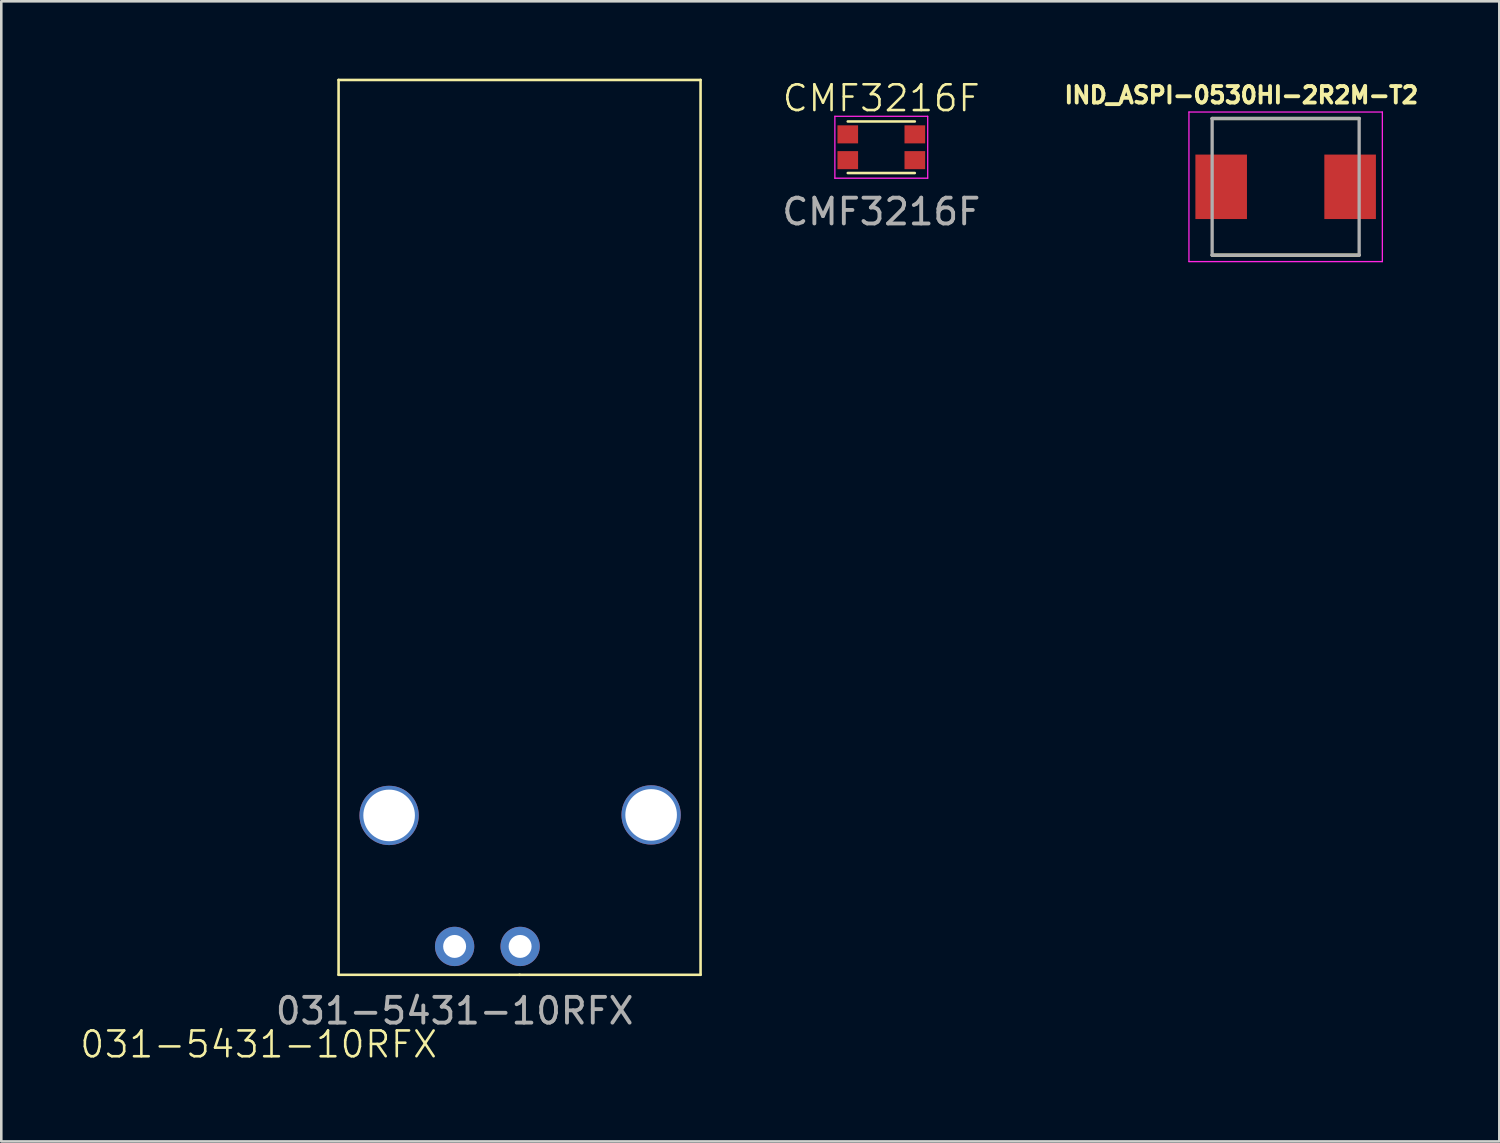
<source format=kicad_pcb>
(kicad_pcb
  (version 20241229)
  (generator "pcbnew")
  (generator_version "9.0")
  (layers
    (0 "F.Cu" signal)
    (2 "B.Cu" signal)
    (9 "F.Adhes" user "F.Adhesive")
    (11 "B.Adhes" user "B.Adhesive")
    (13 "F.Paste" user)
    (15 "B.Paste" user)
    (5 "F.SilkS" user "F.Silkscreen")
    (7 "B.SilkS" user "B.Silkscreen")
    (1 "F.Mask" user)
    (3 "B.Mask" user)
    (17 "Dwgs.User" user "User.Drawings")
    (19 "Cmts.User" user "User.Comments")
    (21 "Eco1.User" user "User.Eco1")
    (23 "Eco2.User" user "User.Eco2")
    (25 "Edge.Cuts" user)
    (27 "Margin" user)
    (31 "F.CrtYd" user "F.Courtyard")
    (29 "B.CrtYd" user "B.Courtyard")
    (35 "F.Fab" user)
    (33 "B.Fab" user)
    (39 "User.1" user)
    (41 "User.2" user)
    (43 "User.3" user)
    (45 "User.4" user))
  (footprint "031-5431-10RFX"
    (layer "F.Cu")
    (at 14.579 33.65)
    (property "Reference" "031-5431-10RFX" (at -7.6 3.8 0) (unlocked yes) (layer "F.SilkS") (effects (font (size 1 1) (thickness 0.1))))
    (attr through_hole)
    (fp_line (start -4.5 -33.6) (end 9.537 -33.6) (stroke (width 0.1) (type default)) (layer "F.SilkS"))
    (fp_line (start -4.5 1.1) (end -4.5 -33.6) (stroke (width 0.1) (type default)) (layer "F.SilkS"))
    (fp_line (start -4.5 1.1) (end 2.525 1.1) (stroke (width 0.1) (type default)) (layer "F.SilkS"))
    (fp_line (start 2.513 1.1) (end 9.537 1.1) (stroke (width 0.1) (type default)) (layer "F.SilkS"))
    (fp_line (start 9.537 1.1) (end 9.537 -33.6) (stroke (width 0.1) (type default)) (layer "F.SilkS"))
    (fp_text user "${REFERENCE}" (at 0 2.5 0) (unlocked yes) (layer "F.Fab") (effects (font (size 1 1) (thickness 0.15))))
    (pad "" thru_hole circle (at -2.54 -5.08) (size 2.3 2.3) (drill 2) (layers "*.Cu" "*.Mask"))
    (pad "" thru_hole circle (at 7.62 -5.1) (size 2.3 2.3) (drill 2) (layers "*.Cu" "*.Mask"))
    (pad "1" thru_hole circle (at 0 0) (size 1.524 1.524) (drill 0.89) (layers "*.Cu" "*.Mask"))
    (pad "2" thru_hole circle (at 2.54 0) (size 1.524 1.524) (drill 0.89) (layers "*.Cu" "*.Mask")))
  (footprint "CMF3216F"
    (layer "F.Cu")
    (at 31.124 2.66)
    (property "Reference" "CMF3216F" (at 0 -1.9 0) (unlocked yes) (layer "F.SilkS") (effects (font (size 1 1) (thickness 0.1))))
    (attr smd)
    (fp_line (start -1.3 -1) (end 1.3 -1) (stroke (width 0.1) (type default)) (layer "F.SilkS"))
    (fp_line (start -1.3 1) (end 1.3 1) (stroke (width 0.1) (type default)) (layer "F.SilkS"))
    (fp_line (start -1.8 -1.2) (end -1.8 1.2) (stroke (width 0.05) (type default)) (layer "F.CrtYd"))
    (fp_line (start -1.8 -1.2) (end 1.8 -1.2) (stroke (width 0.05) (type default)) (layer "F.CrtYd"))
    (fp_line (start -1.8 1.2) (end 1.8 1.2) (stroke (width 0.05) (type default)) (layer "F.CrtYd"))
    (fp_line (start 1.8 1.2) (end 1.8 -1.2) (stroke (width 0.05) (type default)) (layer "F.CrtYd"))
    (fp_text user "${REFERENCE}" (at 0 2.5 0) (unlocked yes) (layer "F.Fab") (effects (font (size 1 1) (thickness 0.15))))
    (pad "1" smd rect (at -1.3 -0.5) (size 0.8 0.7) (layers "F.Cu" "F.Mask" "F.Paste"))
    (pad "2" smd rect (at -1.3 0.5) (size 0.8 0.7) (layers "F.Cu" "F.Mask" "F.Paste"))
    (pad "3" smd rect (at 1.3 0.5) (size 0.8 0.7) (layers "F.Cu" "F.Mask" "F.Paste"))
    (pad "4" smd rect (at 1.3 -0.5) (size 0.8 0.7) (layers "F.Cu" "F.Mask" "F.Paste")))
  (footprint "IND_ASPI-0530HI-2R2M-T2"
    (layer "F.Cu")
    (at 46.804 4.194)
    (property "Reference" "IND_ASPI-0530HI-2R2M-T2" (at -1.718 -3.556 0) (layer "F.SilkS") (effects (font (size 0.64 0.64) (thickness 0.15))))
    (attr smd)
    (fp_line (start -2.85 -2.65) (end 2.85 -2.65) (stroke (width 0.127) (type solid)) (layer "F.SilkS"))
    (fp_line (start -2.85 2.65) (end 2.85 2.65) (stroke (width 0.127) (type solid)) (layer "F.SilkS"))
    (fp_line (start -3.75 -2.9) (end -3.75 2.9) (stroke (width 0.05) (type solid)) (layer "F.CrtYd"))
    (fp_line (start -3.75 2.9) (end 3.75 2.9) (stroke (width 0.05) (type solid)) (layer "F.CrtYd"))
    (fp_line (start 3.75 -2.9) (end -3.75 -2.9) (stroke (width 0.05) (type solid)) (layer "F.CrtYd"))
    (fp_line (start 3.75 2.9) (end 3.75 -2.9) (stroke (width 0.05) (type solid)) (layer "F.CrtYd"))
    (fp_line (start -2.85 -2.65) (end -2.85 2.65) (stroke (width 0.127) (type solid)) (layer "F.Fab"))
    (fp_line (start -2.85 -2.65) (end 2.85 -2.65) (stroke (width 0.127) (type solid)) (layer "F.Fab"))
    (fp_line (start -2.85 2.65) (end 2.85 2.65) (stroke (width 0.127) (type solid)) (layer "F.Fab"))
    (fp_line (start 2.85 -2.65) (end 2.85 2.65) (stroke (width 0.127) (type solid)) (layer "F.Fab"))
    (pad "1" smd rect (at -2.5 0) (size 2 2.5) (layers "F.Cu" "F.Mask" "F.Paste"))
    (pad "2" smd rect (at 2.5 0) (size 2 2.5) (layers "F.Cu" "F.Mask" "F.Paste")))
  (gr_rect
    (start -3 -3)
    (end 55.089 41.211)
    (stroke (width 0.1) (type default))
    (fill no)
    (layer "Edge.Cuts")))
</source>
